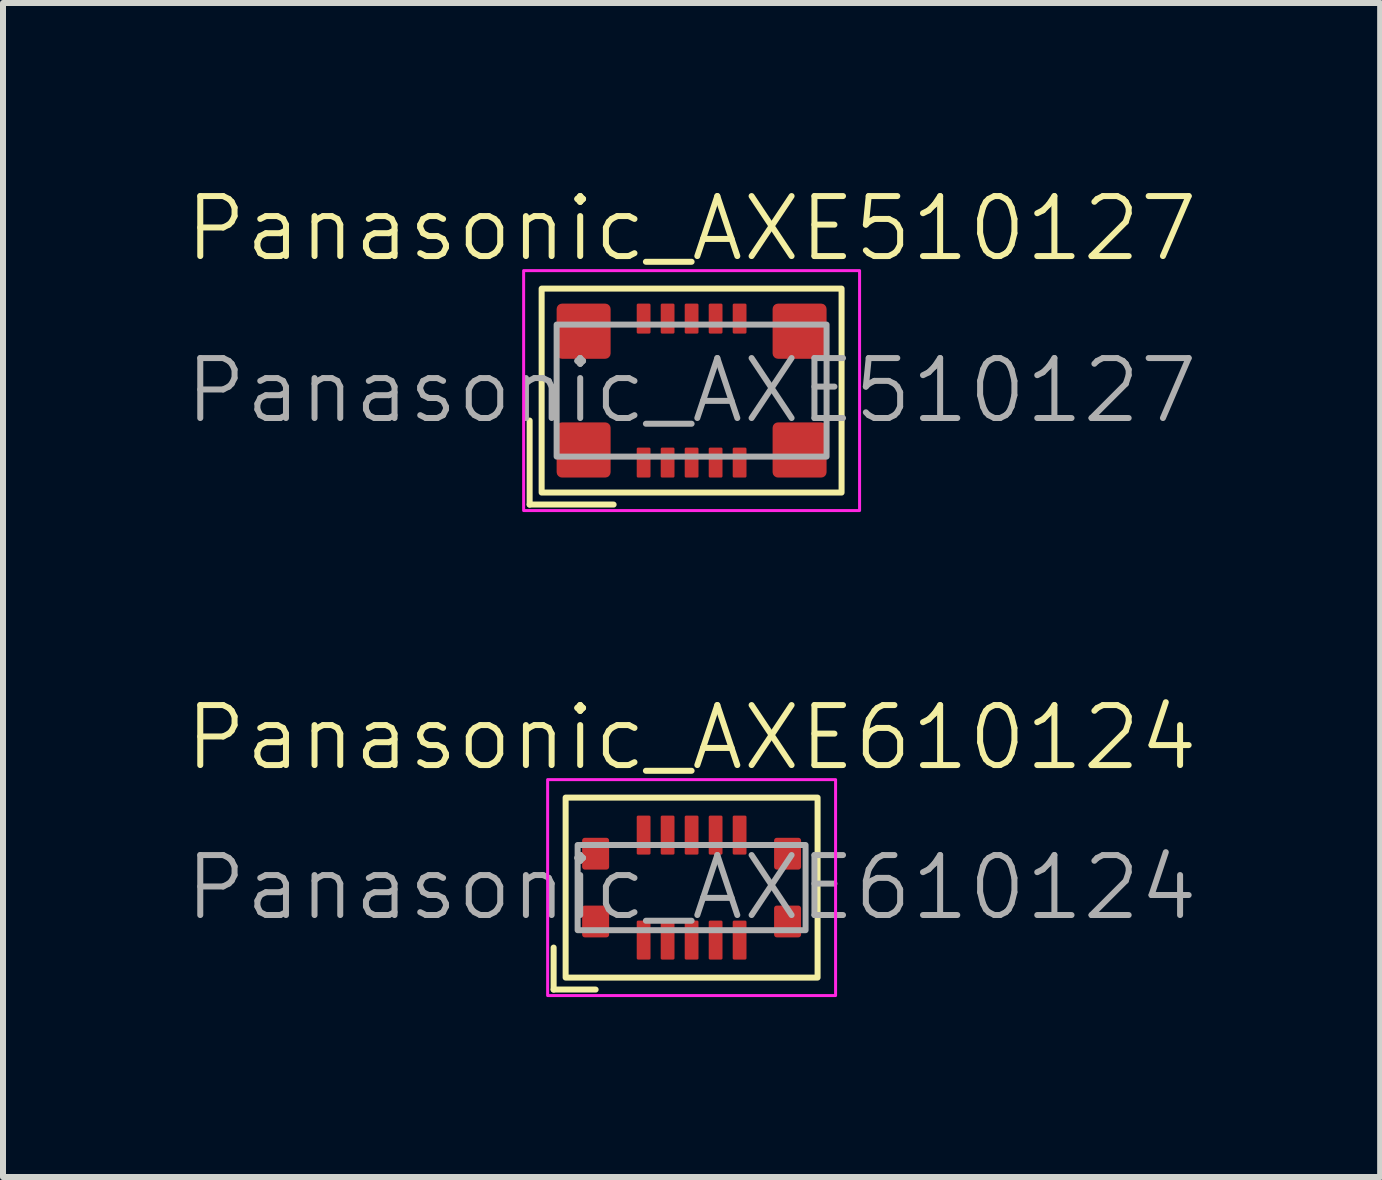
<source format=kicad_pcb>
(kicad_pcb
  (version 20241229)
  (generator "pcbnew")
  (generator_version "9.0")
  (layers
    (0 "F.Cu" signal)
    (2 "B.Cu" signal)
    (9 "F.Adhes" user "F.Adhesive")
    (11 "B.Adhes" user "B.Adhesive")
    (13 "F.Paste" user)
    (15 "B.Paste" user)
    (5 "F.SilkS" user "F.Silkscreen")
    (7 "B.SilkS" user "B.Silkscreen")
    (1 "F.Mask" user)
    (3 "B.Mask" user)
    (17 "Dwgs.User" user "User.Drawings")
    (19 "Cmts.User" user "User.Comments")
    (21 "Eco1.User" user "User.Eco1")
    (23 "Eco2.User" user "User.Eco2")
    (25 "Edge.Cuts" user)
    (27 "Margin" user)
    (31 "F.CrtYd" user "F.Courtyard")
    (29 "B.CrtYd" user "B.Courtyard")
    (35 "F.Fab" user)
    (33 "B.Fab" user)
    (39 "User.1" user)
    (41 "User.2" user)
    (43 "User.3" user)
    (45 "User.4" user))
  (footprint "Panasonic_AXE610124"
    (layer "F.Cu")
    (at 8.479 11.746)
    (property "Reference" "Panasonic_AXE610124" (at 0 -2.5 0) (unlocked yes) (layer "F.SilkS") (effects (font (size 1 1) (thickness 0.1))))
    (attr smd)
    (fp_line (start -2.3 1) (end -2.3 1.7) (stroke (width 0.1) (type default)) (layer "F.SilkS"))
    (fp_line (start -2.3 1.7) (end -1.6 1.7) (stroke (width 0.1) (type default)) (layer "F.SilkS"))
    (fp_rect (start -2.1 -1.5) (end 2.1 1.5) (stroke (width 0.1) (type default)) (fill no) (layer "F.SilkS"))
    (fp_rect (start -2.4 1.8) (end 2.4 -1.8) (stroke (width 0.05) (type default)) (fill no) (layer "F.CrtYd"))
    (fp_rect (start -1.9 -0.71) (end 1.9 0.71) (stroke (width 0.1) (type default)) (fill no) (layer "F.Fab"))
    (fp_text user "${REFERENCE}" (at 0 0 0) (unlocked yes) (layer "F.Fab") (effects (font (size 1 1) (thickness 0.1))))
    (pad "" smd roundrect (at -1.6 -0.565) (size 0.45 0.53) (layers "F.Cu" "F.Mask" "F.Paste") (roundrect_rratio 0.1))
    (pad "" smd roundrect (at -1.6 0.565) (size 0.45 0.53) (layers "F.Cu" "F.Mask" "F.Paste") (roundrect_rratio 0.1))
    (pad "" smd roundrect (at 1.6 -0.565) (size 0.45 0.53) (layers "F.Cu" "F.Mask" "F.Paste") (roundrect_rratio 0.1))
    (pad "" smd roundrect (at 1.6 0.565) (size 0.45 0.53) (layers "F.Cu" "F.Mask" "F.Paste") (roundrect_rratio 0.1))
    (pad "1" smd roundrect (at -0.8 0.875) (size 0.23 0.65) (layers "F.Cu" "F.Mask" "F.Paste") (roundrect_rratio 0.1))
    (pad "2" smd roundrect (at -0.8 -0.875) (size 0.23 0.65) (layers "F.Cu" "F.Mask" "F.Paste") (roundrect_rratio 0.1))
    (pad "3" smd roundrect (at -0.4 0.875) (size 0.23 0.65) (layers "F.Cu" "F.Mask" "F.Paste") (roundrect_rratio 0.1))
    (pad "4" smd roundrect (at -0.4 -0.875) (size 0.23 0.65) (layers "F.Cu" "F.Mask" "F.Paste") (roundrect_rratio 0.1))
    (pad "5" smd roundrect (at 0 0.875) (size 0.23 0.65) (layers "F.Cu" "F.Mask" "F.Paste") (roundrect_rratio 0.1))
    (pad "6" smd roundrect (at 0 -0.875) (size 0.23 0.65) (layers "F.Cu" "F.Mask" "F.Paste") (roundrect_rratio 0.1))
    (pad "7" smd roundrect (at 0.4 0.875) (size 0.23 0.65) (layers "F.Cu" "F.Mask" "F.Paste") (roundrect_rratio 0.1))
    (pad "8" smd roundrect (at 0.4 -0.875) (size 0.23 0.65) (layers "F.Cu" "F.Mask" "F.Paste") (roundrect_rratio 0.1))
    (pad "9" smd roundrect (at 0.8 0.875) (size 0.23 0.65) (layers "F.Cu" "F.Mask" "F.Paste") (roundrect_rratio 0.1))
    (pad "10" smd roundrect (at 0.8 -0.875) (size 0.23 0.65) (layers "F.Cu" "F.Mask" "F.Paste") (roundrect_rratio 0.1)))
  (footprint "Panasonic_AXE510127"
    (layer "F.Cu")
    (at 8.479 3.461)
    (property "Reference" "Panasonic_AXE510127" (at 0 -2.7 0) (unlocked yes) (layer "F.SilkS") (effects (font (size 1 1) (thickness 0.1))))
    (attr smd)
    (fp_line (start -2.7 0.5) (end -2.7 1.9) (stroke (width 0.1) (type default)) (layer "F.SilkS"))
    (fp_line (start -2.7 1.9) (end -1.3 1.9) (stroke (width 0.1) (type default)) (layer "F.SilkS"))
    (fp_rect (start -2.5 -1.7) (end 2.5 1.7) (stroke (width 0.1) (type default)) (fill no) (layer "F.SilkS"))
    (fp_rect (start -2.8 2) (end 2.8 -2) (stroke (width 0.05) (type default)) (fill no) (layer "F.CrtYd"))
    (fp_rect (start -2.25 -1.1) (end 2.25 1.1) (stroke (width 0.1) (type default)) (fill no) (layer "F.Fab"))
    (fp_text user "${REFERENCE}" (at 0 0 0) (unlocked yes) (layer "F.Fab") (effects (font (size 1 1) (thickness 0.1))))
    (pad "" smd roundrect (at -1.8 -0.99) (size 0.9 0.92) (layers "F.Cu" "F.Mask" "F.Paste") (roundrect_rratio 0.1))
    (pad "" smd roundrect (at -1.8 0.99) (size 0.9 0.92) (layers "F.Cu" "F.Mask" "F.Paste") (roundrect_rratio 0.1))
    (pad "" smd roundrect (at 1.8 -0.99) (size 0.9 0.92) (layers "F.Cu" "F.Mask" "F.Paste") (roundrect_rratio 0.1))
    (pad "" smd roundrect (at 1.8 0.99) (size 0.9 0.92) (layers "F.Cu" "F.Mask" "F.Paste") (roundrect_rratio 0.1))
    (pad "1" smd roundrect (at -0.8 1.2) (size 0.23 0.5) (layers "F.Cu" "F.Mask" "F.Paste") (roundrect_rratio 0.1))
    (pad "2" smd roundrect (at -0.8 -1.2) (size 0.23 0.5) (layers "F.Cu" "F.Mask" "F.Paste") (roundrect_rratio 0.1))
    (pad "3" smd roundrect (at -0.4 1.2) (size 0.23 0.5) (layers "F.Cu" "F.Mask" "F.Paste") (roundrect_rratio 0.1))
    (pad "4" smd roundrect (at -0.4 -1.2) (size 0.23 0.5) (layers "F.Cu" "F.Mask" "F.Paste") (roundrect_rratio 0.1))
    (pad "5" smd roundrect (at 0 1.2) (size 0.23 0.5) (layers "F.Cu" "F.Mask" "F.Paste") (roundrect_rratio 0.1))
    (pad "6" smd roundrect (at 0 -1.2) (size 0.23 0.5) (layers "F.Cu" "F.Mask" "F.Paste") (roundrect_rratio 0.1))
    (pad "7" smd roundrect (at 0.4 1.2) (size 0.23 0.5) (layers "F.Cu" "F.Mask" "F.Paste") (roundrect_rratio 0.1))
    (pad "8" smd roundrect (at 0.4 -1.2) (size 0.23 0.5) (layers "F.Cu" "F.Mask" "F.Paste") (roundrect_rratio 0.1))
    (pad "9" smd roundrect (at 0.8 1.2) (size 0.23 0.5) (layers "F.Cu" "F.Mask" "F.Paste") (roundrect_rratio 0.1))
    (pad "10" smd roundrect (at 0.8 -1.2) (size 0.23 0.5) (layers "F.Cu" "F.Mask" "F.Paste") (roundrect_rratio 0.1)))
  (gr_rect
    (start -3 -3)
    (end 19.957 16.571)
    (stroke (width 0.1) (type default))
    (fill no)
    (layer "Edge.Cuts")))
</source>
